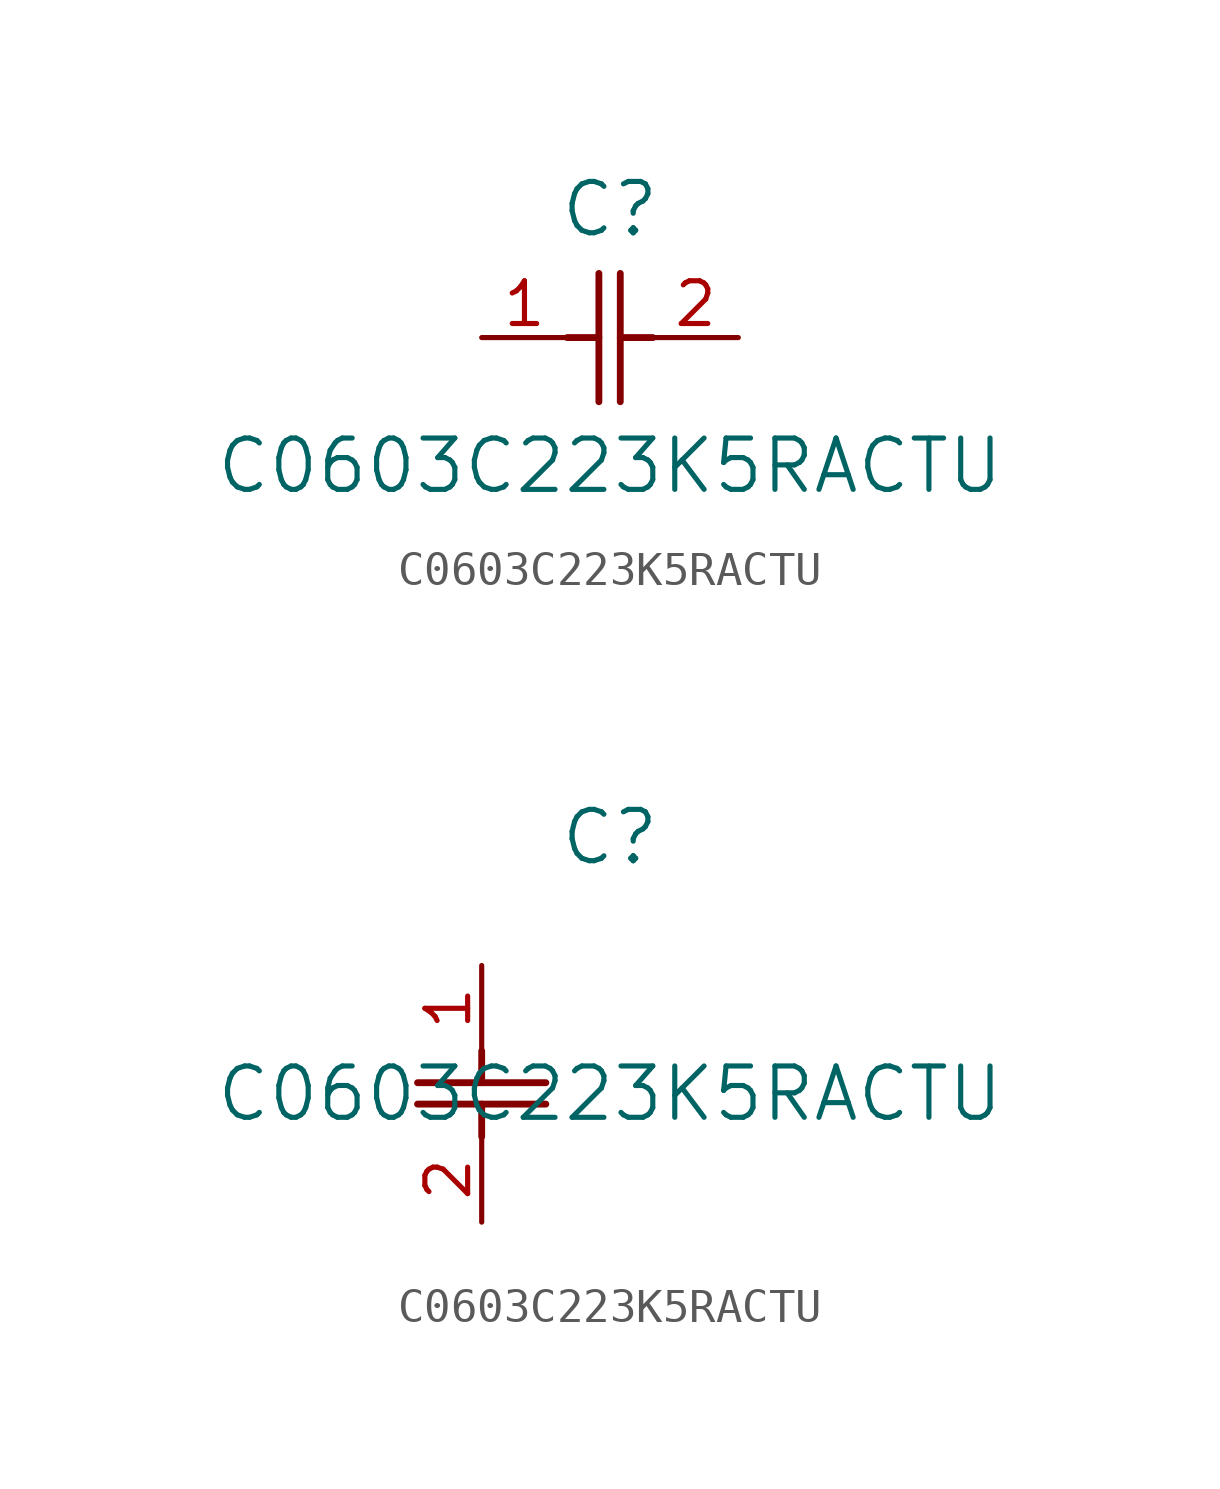
<source format=kicad_sym>
(kicad_symbol_lib
  (version 20211014)
  (generator kicad_symbol_editor)
  (symbol "C0603C223K5RACTU"
    (pin_names
      (offset 0.254))
    (property "Reference" "C"
      (at 3.81 3.81 0)
      (effects (font (size 1.524 1.524))))
    (property "Value" "C0603C223K5RACTU"
      (at 3.81 -3.81 0)
      (effects (font (size 1.524 1.524))))
    (symbol "C0603C223K5RACTU_1_1"
      (polyline (pts (xy 3.48 -1.905) (xy 3.48 1.905)) (stroke (width 0.203) (type default) (color 0 0 0 0)) (fill (type none)))
      (polyline (pts (xy 4.115 -1.905) (xy 4.115 1.905)) (stroke (width 0.203) (type default) (color 0 0 0 0)) (fill (type none)))
      (polyline (pts (xy 4.115 0) (xy 5.08 0)) (stroke (width 0.203) (type default) (color 0 0 0 0)) (fill (type none)))
      (polyline (pts (xy 2.54 0) (xy 3.48 0)) (stroke (width 0.203) (type default) (color 0 0 0 0)) (fill (type none)))
      (pin unspecified line (at 0 0 0) (length 2.54) (name "" (effects (font (size 1.27 1.27)))) (number "1" (effects (font (size 1.27 1.27)))))
      (pin unspecified line (at 7.62 0 180) (length 2.54) (name "" (effects (font (size 1.27 1.27)))) (number "2" (effects (font (size 1.27 1.27))))))
    (symbol "C0603C223K5RACTU_1_2"
      (polyline (pts (xy -1.905 -3.48) (xy 1.905 -3.48)) (stroke (width 0.203) (type default) (color 0 0 0 0)) (fill (type none)))
      (polyline (pts (xy -1.905 -4.115) (xy 1.905 -4.115)) (stroke (width 0.203) (type default) (color 0 0 0 0)) (fill (type none)))
      (polyline (pts (xy 0 -4.115) (xy 0 -5.08)) (stroke (width 0.203) (type default) (color 0 0 0 0)) (fill (type none)))
      (polyline (pts (xy 0 -2.54) (xy 0 -3.48)) (stroke (width 0.203) (type default) (color 0 0 0 0)) (fill (type none)))
      (pin unspecified line (at 0 0 270) (length 2.54) (name "" (effects (font (size 1.27 1.27)))) (number "1" (effects (font (size 1.27 1.27)))))
      (pin unspecified line (at 0 -7.62 90) (length 2.54) (name "" (effects (font (size 1.27 1.27)))) (number "2" (effects (font (size 1.27 1.27))))))))
</source>
